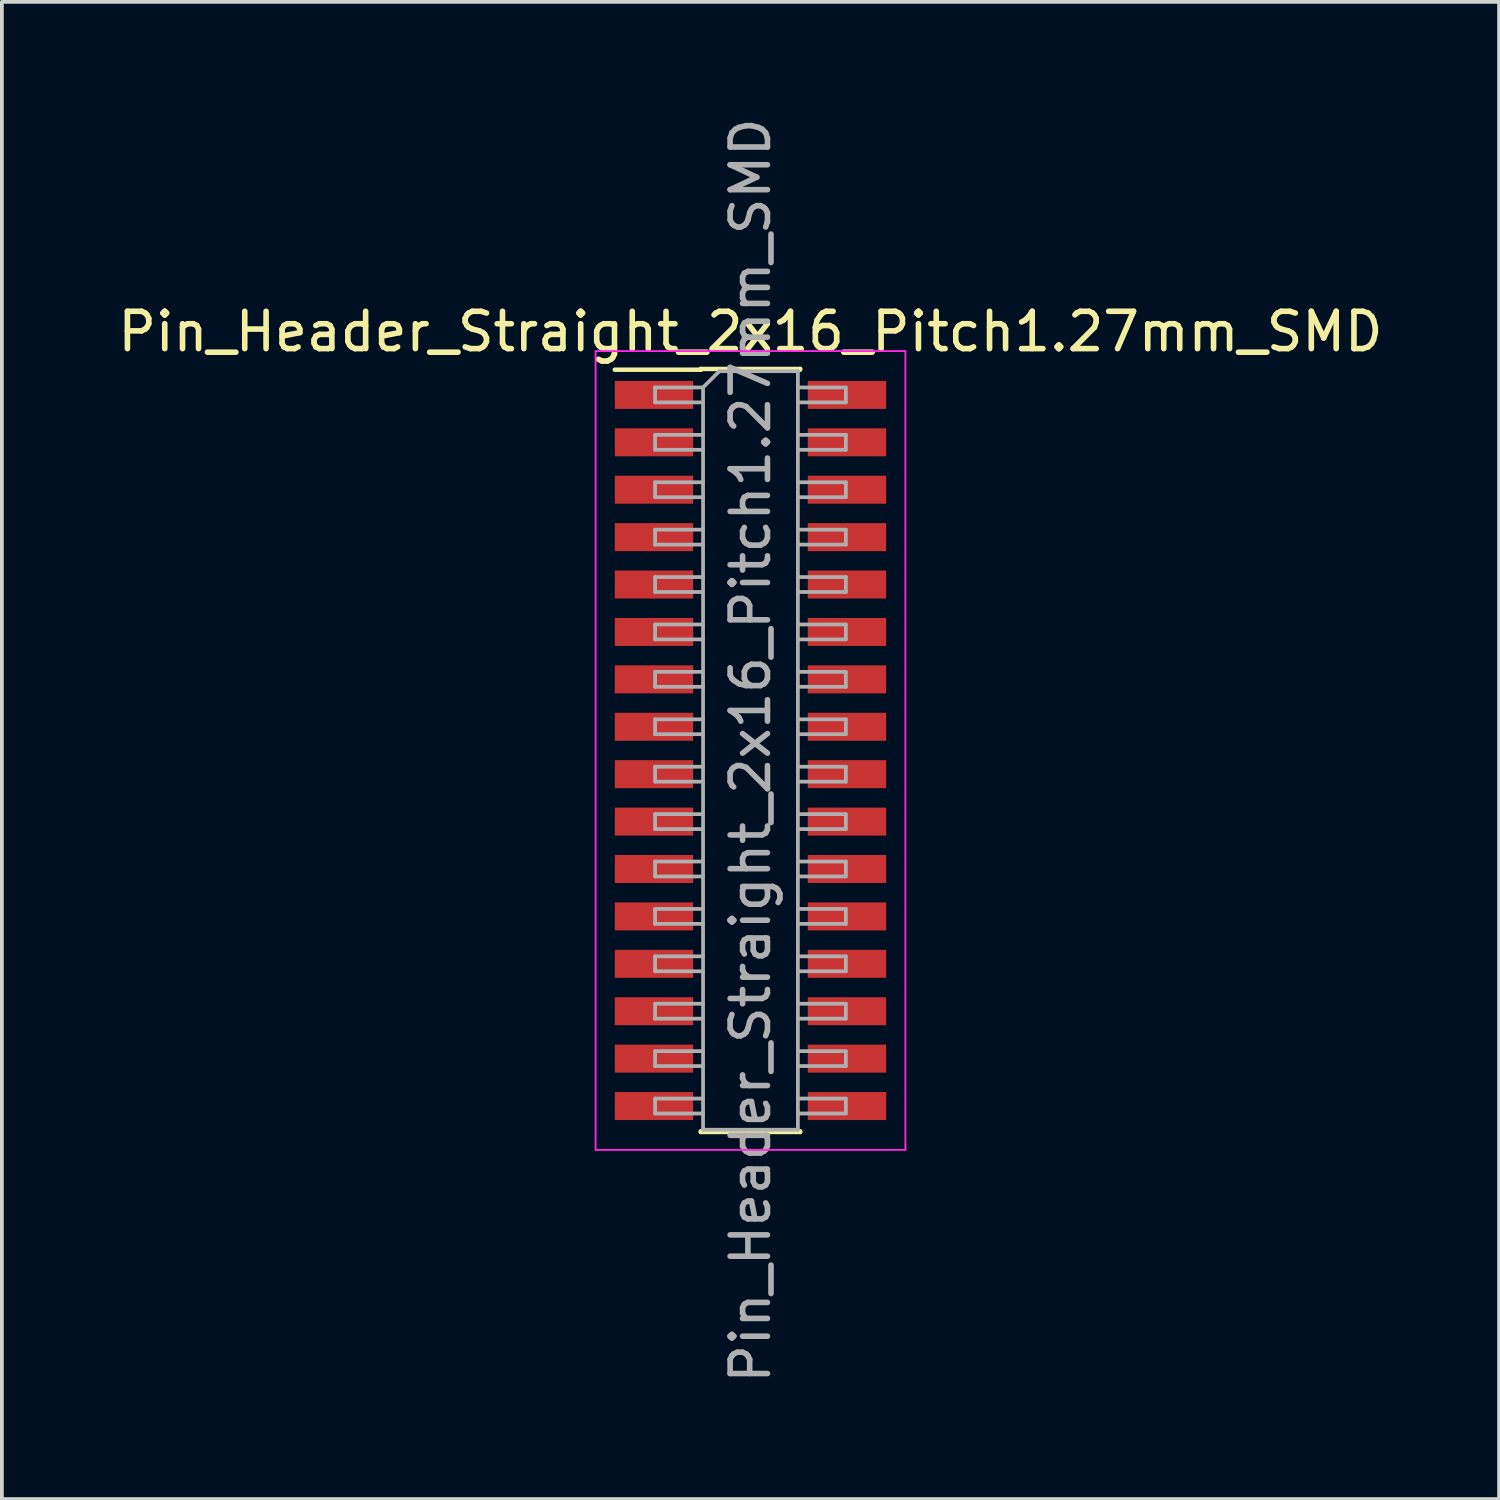
<source format=kicad_pcb>
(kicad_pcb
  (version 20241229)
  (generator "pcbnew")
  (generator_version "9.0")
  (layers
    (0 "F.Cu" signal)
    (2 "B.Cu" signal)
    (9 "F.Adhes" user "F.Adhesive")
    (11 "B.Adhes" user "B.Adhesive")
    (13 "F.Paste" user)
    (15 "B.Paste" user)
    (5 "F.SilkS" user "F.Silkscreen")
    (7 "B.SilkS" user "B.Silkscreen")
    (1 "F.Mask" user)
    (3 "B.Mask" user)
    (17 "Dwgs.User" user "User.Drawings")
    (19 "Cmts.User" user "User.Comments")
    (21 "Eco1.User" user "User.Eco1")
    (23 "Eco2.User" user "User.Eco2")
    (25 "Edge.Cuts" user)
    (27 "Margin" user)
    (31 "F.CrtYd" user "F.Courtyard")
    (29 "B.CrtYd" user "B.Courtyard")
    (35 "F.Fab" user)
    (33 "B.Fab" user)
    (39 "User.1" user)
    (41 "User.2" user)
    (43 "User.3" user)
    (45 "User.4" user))
  (footprint "Pin_Header_Straight_2x16_Pitch1.27mm_SMD"
    (layer "F.Cu")
    (at 17.054 17.054)
    (property "Reference" "Pin_Header_Straight_2x16_Pitch1.27mm_SMD" (at 0 -11.22 0) (layer "F.SilkS") (effects (font (size 1 1) (thickness 0.15))))
    (attr smd)
    (fp_line (start -3.635 -10.2) (end -1.33 -10.2) (stroke (width 0.12) (type solid)) (layer "F.SilkS"))
    (fp_line (start -1.33 -10.22) (end 1.33 -10.22) (stroke (width 0.12) (type solid)) (layer "F.SilkS"))
    (fp_line (start -1.33 -10.2) (end -1.33 -10.22) (stroke (width 0.12) (type solid)) (layer "F.SilkS"))
    (fp_line (start -1.33 10.2) (end -1.33 10.22) (stroke (width 0.12) (type solid)) (layer "F.SilkS"))
    (fp_line (start -1.33 10.22) (end 1.33 10.22) (stroke (width 0.12) (type solid)) (layer "F.SilkS"))
    (fp_line (start 1.33 -10.22) (end 1.33 -10.2) (stroke (width 0.12) (type solid)) (layer "F.SilkS"))
    (fp_line (start 1.33 10.22) (end 1.33 10.2) (stroke (width 0.12) (type solid)) (layer "F.SilkS"))
    (fp_line (start -4.15 -10.7) (end -4.15 10.7) (stroke (width 0.05) (type solid)) (layer "F.CrtYd"))
    (fp_line (start -4.15 10.7) (end 4.15 10.7) (stroke (width 0.05) (type solid)) (layer "F.CrtYd"))
    (fp_line (start 4.15 -10.7) (end -4.15 -10.7) (stroke (width 0.05) (type solid)) (layer "F.CrtYd"))
    (fp_line (start 4.15 10.7) (end 4.15 -10.7) (stroke (width 0.05) (type solid)) (layer "F.CrtYd"))
    (fp_line (start -2.555 -9.725) (end -2.555 -9.325) (stroke (width 0.1) (type solid)) (layer "F.Fab"))
    (fp_line (start -2.555 -9.325) (end -1.27 -9.325) (stroke (width 0.1) (type solid)) (layer "F.Fab"))
    (fp_line (start -2.555 -8.455) (end -2.555 -8.055) (stroke (width 0.1) (type solid)) (layer "F.Fab"))
    (fp_line (start -2.555 -8.055) (end -1.27 -8.055) (stroke (width 0.1) (type solid)) (layer "F.Fab"))
    (fp_line (start -2.555 -7.185) (end -2.555 -6.785) (stroke (width 0.1) (type solid)) (layer "F.Fab"))
    (fp_line (start -2.555 -6.785) (end -1.27 -6.785) (stroke (width 0.1) (type solid)) (layer "F.Fab"))
    (fp_line (start -2.555 -5.915) (end -2.555 -5.515) (stroke (width 0.1) (type solid)) (layer "F.Fab"))
    (fp_line (start -2.555 -5.515) (end -1.27 -5.515) (stroke (width 0.1) (type solid)) (layer "F.Fab"))
    (fp_line (start -2.555 -4.645) (end -2.555 -4.245) (stroke (width 0.1) (type solid)) (layer "F.Fab"))
    (fp_line (start -2.555 -4.245) (end -1.27 -4.245) (stroke (width 0.1) (type solid)) (layer "F.Fab"))
    (fp_line (start -2.555 -3.375) (end -2.555 -2.975) (stroke (width 0.1) (type solid)) (layer "F.Fab"))
    (fp_line (start -2.555 -2.975) (end -1.27 -2.975) (stroke (width 0.1) (type solid)) (layer "F.Fab"))
    (fp_line (start -2.555 -2.105) (end -2.555 -1.705) (stroke (width 0.1) (type solid)) (layer "F.Fab"))
    (fp_line (start -2.555 -1.705) (end -1.27 -1.705) (stroke (width 0.1) (type solid)) (layer "F.Fab"))
    (fp_line (start -2.555 -0.835) (end -2.555 -0.435) (stroke (width 0.1) (type solid)) (layer "F.Fab"))
    (fp_line (start -2.555 -0.435) (end -1.27 -0.435) (stroke (width 0.1) (type solid)) (layer "F.Fab"))
    (fp_line (start -2.555 0.435) (end -2.555 0.835) (stroke (width 0.1) (type solid)) (layer "F.Fab"))
    (fp_line (start -2.555 0.835) (end -1.27 0.835) (stroke (width 0.1) (type solid)) (layer "F.Fab"))
    (fp_line (start -2.555 1.705) (end -2.555 2.105) (stroke (width 0.1) (type solid)) (layer "F.Fab"))
    (fp_line (start -2.555 2.105) (end -1.27 2.105) (stroke (width 0.1) (type solid)) (layer "F.Fab"))
    (fp_line (start -2.555 2.975) (end -2.555 3.375) (stroke (width 0.1) (type solid)) (layer "F.Fab"))
    (fp_line (start -2.555 3.375) (end -1.27 3.375) (stroke (width 0.1) (type solid)) (layer "F.Fab"))
    (fp_line (start -2.555 4.245) (end -2.555 4.645) (stroke (width 0.1) (type solid)) (layer "F.Fab"))
    (fp_line (start -2.555 4.645) (end -1.27 4.645) (stroke (width 0.1) (type solid)) (layer "F.Fab"))
    (fp_line (start -2.555 5.515) (end -2.555 5.915) (stroke (width 0.1) (type solid)) (layer "F.Fab"))
    (fp_line (start -2.555 5.915) (end -1.27 5.915) (stroke (width 0.1) (type solid)) (layer "F.Fab"))
    (fp_line (start -2.555 6.785) (end -2.555 7.185) (stroke (width 0.1) (type solid)) (layer "F.Fab"))
    (fp_line (start -2.555 7.185) (end -1.27 7.185) (stroke (width 0.1) (type solid)) (layer "F.Fab"))
    (fp_line (start -2.555 8.055) (end -2.555 8.455) (stroke (width 0.1) (type solid)) (layer "F.Fab"))
    (fp_line (start -2.555 8.455) (end -1.27 8.455) (stroke (width 0.1) (type solid)) (layer "F.Fab"))
    (fp_line (start -2.555 9.325) (end -2.555 9.725) (stroke (width 0.1) (type solid)) (layer "F.Fab"))
    (fp_line (start -2.555 9.725) (end -1.27 9.725) (stroke (width 0.1) (type solid)) (layer "F.Fab"))
    (fp_line (start -1.27 -9.725) (end -2.555 -9.725) (stroke (width 0.1) (type solid)) (layer "F.Fab"))
    (fp_line (start -1.27 -9.725) (end -0.835 -10.16) (stroke (width 0.1) (type solid)) (layer "F.Fab"))
    (fp_line (start -1.27 -8.455) (end -2.555 -8.455) (stroke (width 0.1) (type solid)) (layer "F.Fab"))
    (fp_line (start -1.27 -7.185) (end -2.555 -7.185) (stroke (width 0.1) (type solid)) (layer "F.Fab"))
    (fp_line (start -1.27 -5.915) (end -2.555 -5.915) (stroke (width 0.1) (type solid)) (layer "F.Fab"))
    (fp_line (start -1.27 -4.645) (end -2.555 -4.645) (stroke (width 0.1) (type solid)) (layer "F.Fab"))
    (fp_line (start -1.27 -3.375) (end -2.555 -3.375) (stroke (width 0.1) (type solid)) (layer "F.Fab"))
    (fp_line (start -1.27 -2.105) (end -2.555 -2.105) (stroke (width 0.1) (type solid)) (layer "F.Fab"))
    (fp_line (start -1.27 -0.835) (end -2.555 -0.835) (stroke (width 0.1) (type solid)) (layer "F.Fab"))
    (fp_line (start -1.27 0.435) (end -2.555 0.435) (stroke (width 0.1) (type solid)) (layer "F.Fab"))
    (fp_line (start -1.27 1.705) (end -2.555 1.705) (stroke (width 0.1) (type solid)) (layer "F.Fab"))
    (fp_line (start -1.27 2.975) (end -2.555 2.975) (stroke (width 0.1) (type solid)) (layer "F.Fab"))
    (fp_line (start -1.27 4.245) (end -2.555 4.245) (stroke (width 0.1) (type solid)) (layer "F.Fab"))
    (fp_line (start -1.27 5.515) (end -2.555 5.515) (stroke (width 0.1) (type solid)) (layer "F.Fab"))
    (fp_line (start -1.27 6.785) (end -2.555 6.785) (stroke (width 0.1) (type solid)) (layer "F.Fab"))
    (fp_line (start -1.27 8.055) (end -2.555 8.055) (stroke (width 0.1) (type solid)) (layer "F.Fab"))
    (fp_line (start -1.27 9.325) (end -2.555 9.325) (stroke (width 0.1) (type solid)) (layer "F.Fab"))
    (fp_line (start -1.27 10.16) (end -1.27 -9.725) (stroke (width 0.1) (type solid)) (layer "F.Fab"))
    (fp_line (start -0.835 -10.16) (end 1.27 -10.16) (stroke (width 0.1) (type solid)) (layer "F.Fab"))
    (fp_line (start 1.27 -10.16) (end 1.27 10.16) (stroke (width 0.1) (type solid)) (layer "F.Fab"))
    (fp_line (start 1.27 -9.725) (end 2.555 -9.725) (stroke (width 0.1) (type solid)) (layer "F.Fab"))
    (fp_line (start 1.27 -8.455) (end 2.555 -8.455) (stroke (width 0.1) (type solid)) (layer "F.Fab"))
    (fp_line (start 1.27 -7.185) (end 2.555 -7.185) (stroke (width 0.1) (type solid)) (layer "F.Fab"))
    (fp_line (start 1.27 -5.915) (end 2.555 -5.915) (stroke (width 0.1) (type solid)) (layer "F.Fab"))
    (fp_line (start 1.27 -4.645) (end 2.555 -4.645) (stroke (width 0.1) (type solid)) (layer "F.Fab"))
    (fp_line (start 1.27 -3.375) (end 2.555 -3.375) (stroke (width 0.1) (type solid)) (layer "F.Fab"))
    (fp_line (start 1.27 -2.105) (end 2.555 -2.105) (stroke (width 0.1) (type solid)) (layer "F.Fab"))
    (fp_line (start 1.27 -0.835) (end 2.555 -0.835) (stroke (width 0.1) (type solid)) (layer "F.Fab"))
    (fp_line (start 1.27 0.435) (end 2.555 0.435) (stroke (width 0.1) (type solid)) (layer "F.Fab"))
    (fp_line (start 1.27 1.705) (end 2.555 1.705) (stroke (width 0.1) (type solid)) (layer "F.Fab"))
    (fp_line (start 1.27 2.975) (end 2.555 2.975) (stroke (width 0.1) (type solid)) (layer "F.Fab"))
    (fp_line (start 1.27 4.245) (end 2.555 4.245) (stroke (width 0.1) (type solid)) (layer "F.Fab"))
    (fp_line (start 1.27 5.515) (end 2.555 5.515) (stroke (width 0.1) (type solid)) (layer "F.Fab"))
    (fp_line (start 1.27 6.785) (end 2.555 6.785) (stroke (width 0.1) (type solid)) (layer "F.Fab"))
    (fp_line (start 1.27 8.055) (end 2.555 8.055) (stroke (width 0.1) (type solid)) (layer "F.Fab"))
    (fp_line (start 1.27 9.325) (end 2.555 9.325) (stroke (width 0.1) (type solid)) (layer "F.Fab"))
    (fp_line (start 1.27 10.16) (end -1.27 10.16) (stroke (width 0.1) (type solid)) (layer "F.Fab"))
    (fp_line (start 2.555 -9.725) (end 2.555 -9.325) (stroke (width 0.1) (type solid)) (layer "F.Fab"))
    (fp_line (start 2.555 -9.325) (end 1.27 -9.325) (stroke (width 0.1) (type solid)) (layer "F.Fab"))
    (fp_line (start 2.555 -8.455) (end 2.555 -8.055) (stroke (width 0.1) (type solid)) (layer "F.Fab"))
    (fp_line (start 2.555 -8.055) (end 1.27 -8.055) (stroke (width 0.1) (type solid)) (layer "F.Fab"))
    (fp_line (start 2.555 -7.185) (end 2.555 -6.785) (stroke (width 0.1) (type solid)) (layer "F.Fab"))
    (fp_line (start 2.555 -6.785) (end 1.27 -6.785) (stroke (width 0.1) (type solid)) (layer "F.Fab"))
    (fp_line (start 2.555 -5.915) (end 2.555 -5.515) (stroke (width 0.1) (type solid)) (layer "F.Fab"))
    (fp_line (start 2.555 -5.515) (end 1.27 -5.515) (stroke (width 0.1) (type solid)) (layer "F.Fab"))
    (fp_line (start 2.555 -4.645) (end 2.555 -4.245) (stroke (width 0.1) (type solid)) (layer "F.Fab"))
    (fp_line (start 2.555 -4.245) (end 1.27 -4.245) (stroke (width 0.1) (type solid)) (layer "F.Fab"))
    (fp_line (start 2.555 -3.375) (end 2.555 -2.975) (stroke (width 0.1) (type solid)) (layer "F.Fab"))
    (fp_line (start 2.555 -2.975) (end 1.27 -2.975) (stroke (width 0.1) (type solid)) (layer "F.Fab"))
    (fp_line (start 2.555 -2.105) (end 2.555 -1.705) (stroke (width 0.1) (type solid)) (layer "F.Fab"))
    (fp_line (start 2.555 -1.705) (end 1.27 -1.705) (stroke (width 0.1) (type solid)) (layer "F.Fab"))
    (fp_line (start 2.555 -0.835) (end 2.555 -0.435) (stroke (width 0.1) (type solid)) (layer "F.Fab"))
    (fp_line (start 2.555 -0.435) (end 1.27 -0.435) (stroke (width 0.1) (type solid)) (layer "F.Fab"))
    (fp_line (start 2.555 0.435) (end 2.555 0.835) (stroke (width 0.1) (type solid)) (layer "F.Fab"))
    (fp_line (start 2.555 0.835) (end 1.27 0.835) (stroke (width 0.1) (type solid)) (layer "F.Fab"))
    (fp_line (start 2.555 1.705) (end 2.555 2.105) (stroke (width 0.1) (type solid)) (layer "F.Fab"))
    (fp_line (start 2.555 2.105) (end 1.27 2.105) (stroke (width 0.1) (type solid)) (layer "F.Fab"))
    (fp_line (start 2.555 2.975) (end 2.555 3.375) (stroke (width 0.1) (type solid)) (layer "F.Fab"))
    (fp_line (start 2.555 3.375) (end 1.27 3.375) (stroke (width 0.1) (type solid)) (layer "F.Fab"))
    (fp_line (start 2.555 4.245) (end 2.555 4.645) (stroke (width 0.1) (type solid)) (layer "F.Fab"))
    (fp_line (start 2.555 4.645) (end 1.27 4.645) (stroke (width 0.1) (type solid)) (layer "F.Fab"))
    (fp_line (start 2.555 5.515) (end 2.555 5.915) (stroke (width 0.1) (type solid)) (layer "F.Fab"))
    (fp_line (start 2.555 5.915) (end 1.27 5.915) (stroke (width 0.1) (type solid)) (layer "F.Fab"))
    (fp_line (start 2.555 6.785) (end 2.555 7.185) (stroke (width 0.1) (type solid)) (layer "F.Fab"))
    (fp_line (start 2.555 7.185) (end 1.27 7.185) (stroke (width 0.1) (type solid)) (layer "F.Fab"))
    (fp_line (start 2.555 8.055) (end 2.555 8.455) (stroke (width 0.1) (type solid)) (layer "F.Fab"))
    (fp_line (start 2.555 8.455) (end 1.27 8.455) (stroke (width 0.1) (type solid)) (layer "F.Fab"))
    (fp_line (start 2.555 9.325) (end 2.555 9.725) (stroke (width 0.1) (type solid)) (layer "F.Fab"))
    (fp_line (start 2.555 9.725) (end 1.27 9.725) (stroke (width 0.1) (type solid)) (layer "F.Fab"))
    (fp_text user "${REFERENCE}" (at 0 0 90) (layer "F.Fab") (effects (font (size 1 1) (thickness 0.15))))
    (pad "1" smd rect (at -2.585 -9.525) (size 2.1 0.75) (layers "F.Cu" "F.Mask" "F.Paste"))
    (pad "2" smd rect (at 2.585 -9.525) (size 2.1 0.75) (layers "F.Cu" "F.Mask" "F.Paste"))
    (pad "3" smd rect (at -2.585 -8.255) (size 2.1 0.75) (layers "F.Cu" "F.Mask" "F.Paste"))
    (pad "4" smd rect (at 2.585 -8.255) (size 2.1 0.75) (layers "F.Cu" "F.Mask" "F.Paste"))
    (pad "5" smd rect (at -2.585 -6.985) (size 2.1 0.75) (layers "F.Cu" "F.Mask" "F.Paste"))
    (pad "6" smd rect (at 2.585 -6.985) (size 2.1 0.75) (layers "F.Cu" "F.Mask" "F.Paste"))
    (pad "7" smd rect (at -2.585 -5.715) (size 2.1 0.75) (layers "F.Cu" "F.Mask" "F.Paste"))
    (pad "8" smd rect (at 2.585 -5.715) (size 2.1 0.75) (layers "F.Cu" "F.Mask" "F.Paste"))
    (pad "9" smd rect (at -2.585 -4.445) (size 2.1 0.75) (layers "F.Cu" "F.Mask" "F.Paste"))
    (pad "10" smd rect (at 2.585 -4.445) (size 2.1 0.75) (layers "F.Cu" "F.Mask" "F.Paste"))
    (pad "11" smd rect (at -2.585 -3.175) (size 2.1 0.75) (layers "F.Cu" "F.Mask" "F.Paste"))
    (pad "12" smd rect (at 2.585 -3.175) (size 2.1 0.75) (layers "F.Cu" "F.Mask" "F.Paste"))
    (pad "13" smd rect (at -2.585 -1.905) (size 2.1 0.75) (layers "F.Cu" "F.Mask" "F.Paste"))
    (pad "14" smd rect (at 2.585 -1.905) (size 2.1 0.75) (layers "F.Cu" "F.Mask" "F.Paste"))
    (pad "15" smd rect (at -2.585 -0.635) (size 2.1 0.75) (layers "F.Cu" "F.Mask" "F.Paste"))
    (pad "16" smd rect (at 2.585 -0.635) (size 2.1 0.75) (layers "F.Cu" "F.Mask" "F.Paste"))
    (pad "17" smd rect (at -2.585 0.635) (size 2.1 0.75) (layers "F.Cu" "F.Mask" "F.Paste"))
    (pad "18" smd rect (at 2.585 0.635) (size 2.1 0.75) (layers "F.Cu" "F.Mask" "F.Paste"))
    (pad "19" smd rect (at -2.585 1.905) (size 2.1 0.75) (layers "F.Cu" "F.Mask" "F.Paste"))
    (pad "20" smd rect (at 2.585 1.905) (size 2.1 0.75) (layers "F.Cu" "F.Mask" "F.Paste"))
    (pad "21" smd rect (at -2.585 3.175) (size 2.1 0.75) (layers "F.Cu" "F.Mask" "F.Paste"))
    (pad "22" smd rect (at 2.585 3.175) (size 2.1 0.75) (layers "F.Cu" "F.Mask" "F.Paste"))
    (pad "23" smd rect (at -2.585 4.445) (size 2.1 0.75) (layers "F.Cu" "F.Mask" "F.Paste"))
    (pad "24" smd rect (at 2.585 4.445) (size 2.1 0.75) (layers "F.Cu" "F.Mask" "F.Paste"))
    (pad "25" smd rect (at -2.585 5.715) (size 2.1 0.75) (layers "F.Cu" "F.Mask" "F.Paste"))
    (pad "26" smd rect (at 2.585 5.715) (size 2.1 0.75) (layers "F.Cu" "F.Mask" "F.Paste"))
    (pad "27" smd rect (at -2.585 6.985) (size 2.1 0.75) (layers "F.Cu" "F.Mask" "F.Paste"))
    (pad "28" smd rect (at 2.585 6.985) (size 2.1 0.75) (layers "F.Cu" "F.Mask" "F.Paste"))
    (pad "29" smd rect (at -2.585 8.255) (size 2.1 0.75) (layers "F.Cu" "F.Mask" "F.Paste"))
    (pad "30" smd rect (at 2.585 8.255) (size 2.1 0.75) (layers "F.Cu" "F.Mask" "F.Paste"))
    (pad "31" smd rect (at -2.585 9.525) (size 2.1 0.75) (layers "F.Cu" "F.Mask" "F.Paste"))
    (pad "32" smd rect (at 2.585 9.525) (size 2.1 0.75) (layers "F.Cu" "F.Mask" "F.Paste")))
  (gr_rect
    (start -3 -3)
    (end 37.107 37.107)
    (stroke (width 0.1) (type default))
    (fill no)
    (layer "Edge.Cuts")))
</source>
